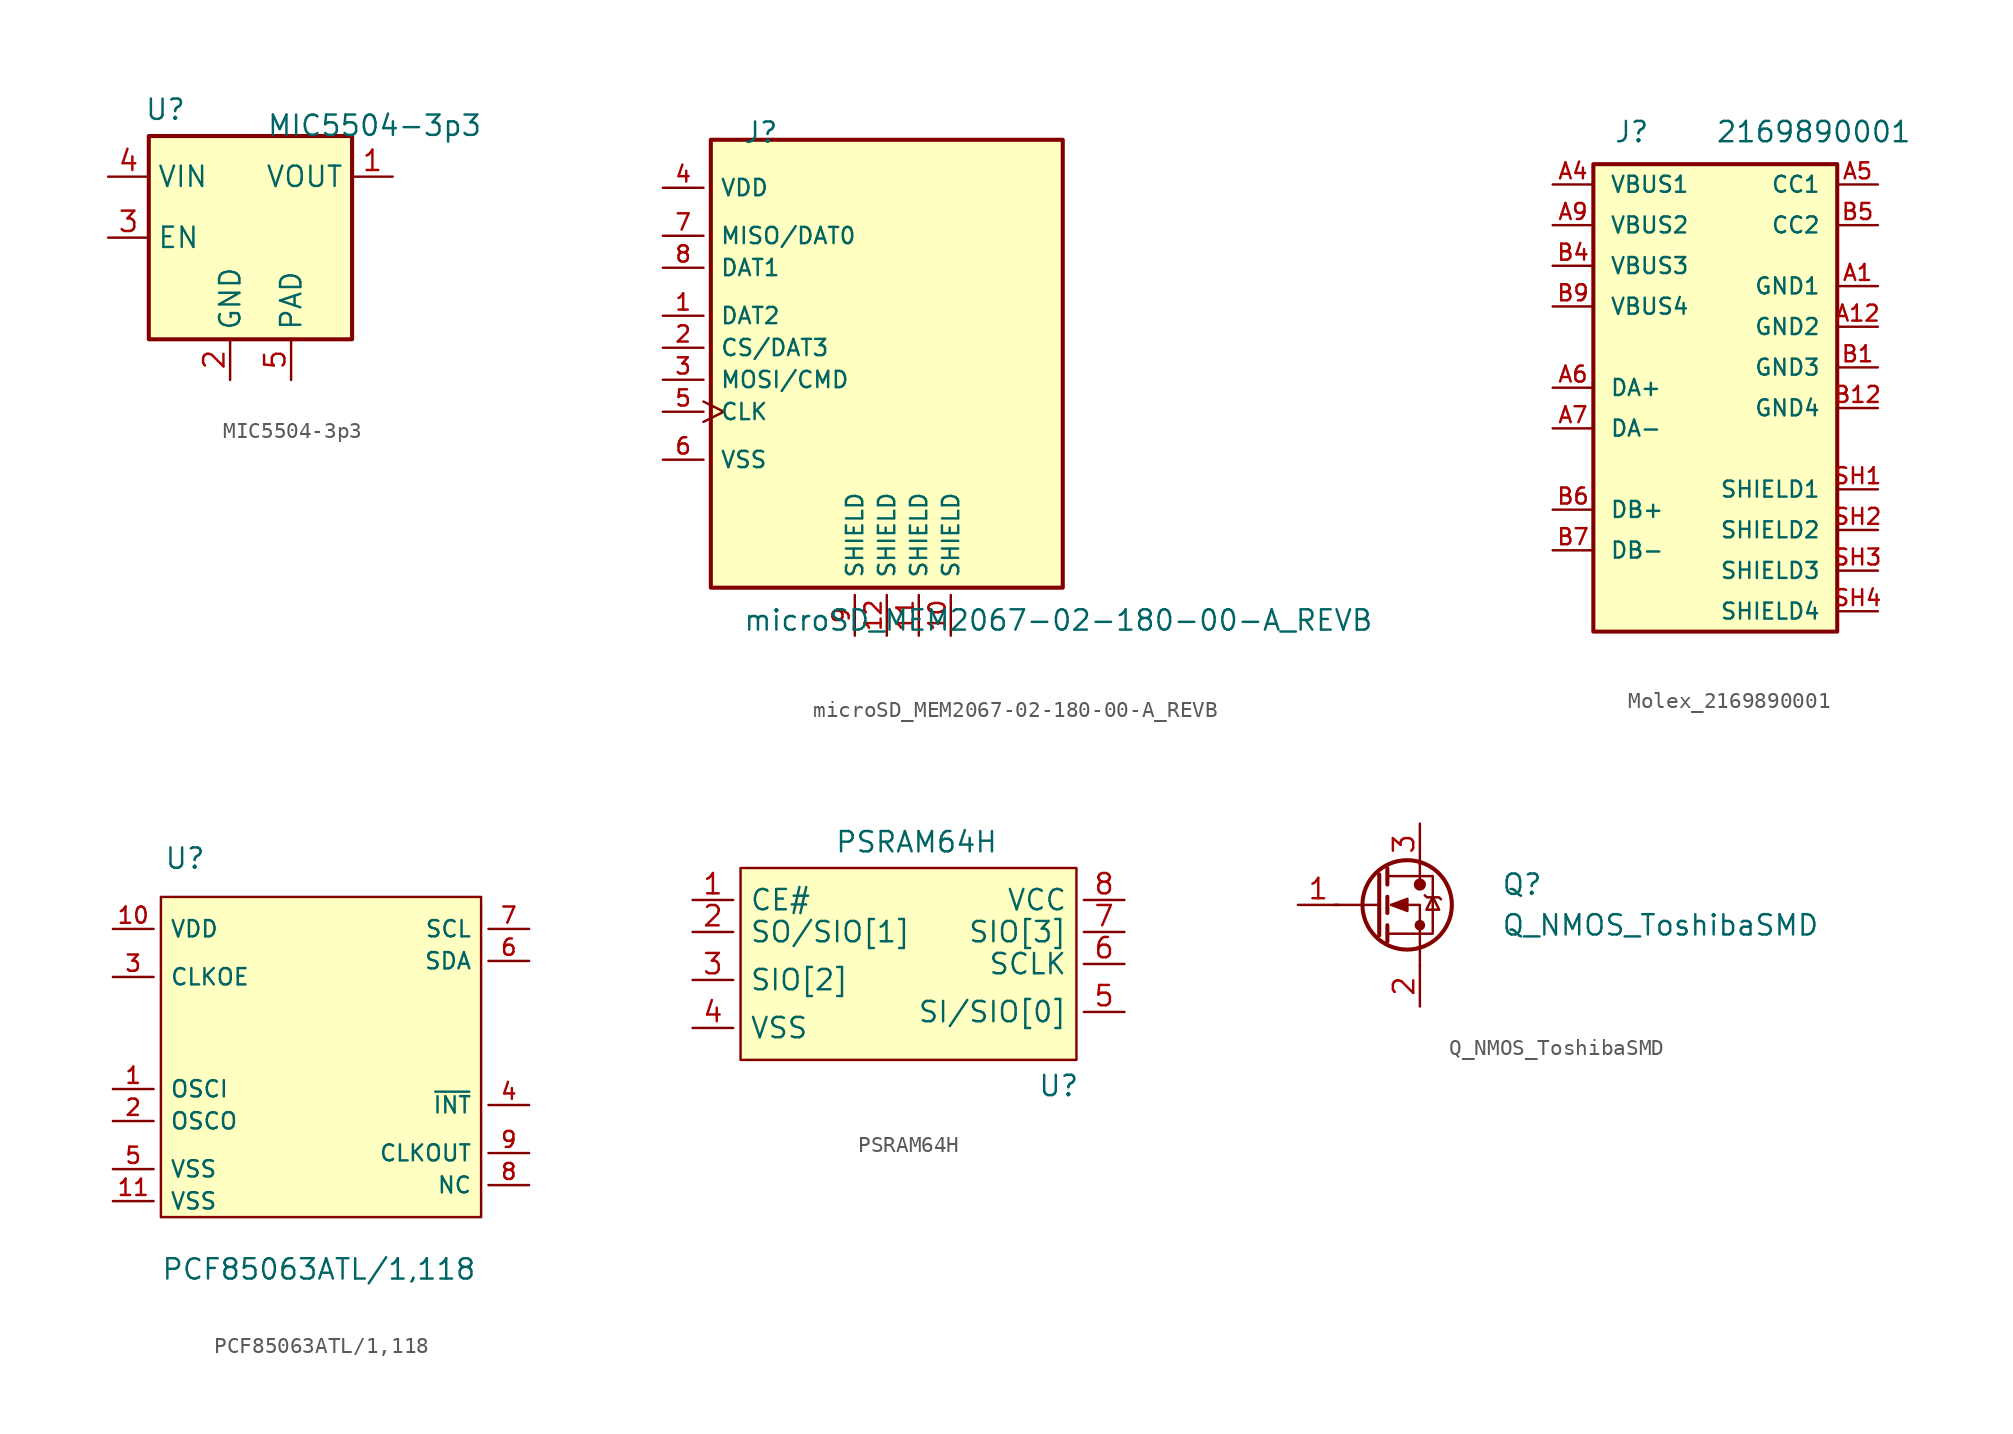
<source format=kicad_sym>
(kicad_symbol_lib
  (version 20220914)
  (generator kicad_symbol_editor)
  (symbol "MIC5504-3p3"
    (property "Reference" "U"
      (at -4 8 0)
      (effects (font (size 1.27 1.27)) (justify right)))
    (property "Value" "MIC5504-3p3"
      (at 1 7 0)
      (effects (font (size 1.27 1.27)) (justify left)))
    (symbol "MIC5504-3p3_0_1"
      (rectangle (start -6.35 6.35) (end 6.35 -6.35) (stroke (width 0.254) (type default)) (fill (type background))))
    (symbol "MIC5504-3p3_1_1"
      (pin power_in line (at 8.89 3.81 180) (length 2.54) (name "VOUT" (effects (font (size 1.27 1.27)))) (number "1" (effects (font (size 1.27 1.27)))))
      (pin power_in line (at -1.27 -8.89 90) (length 2.54) (name "GND" (effects (font (size 1.27 1.27)))) (number "2" (effects (font (size 1.27 1.27)))))
      (pin input line (at -8.89 0 0) (length 2.54) (name "EN" (effects (font (size 1.27 1.27)))) (number "3" (effects (font (size 1.27 1.27)))))
      (pin power_in line (at -8.89 3.81 0) (length 2.54) (name "VIN" (effects (font (size 1.27 1.27)))) (number "4" (effects (font (size 1.27 1.27)))))
      (pin input line (at 2.54 -8.89 90) (length 2.54) (name "PAD" (effects (font (size 1.27 1.27)))) (number "5" (effects (font (size 1.27 1.27)))))))
  (symbol "microSD_MEM2067-02-180-00-A_REVB"
    (pin_names
      (offset 1.016))
    (property "Reference" "J"
      (at 0 12.712 0)
      (effects (font (size 1.27 1.27)) (justify left bottom)))
    (property "Value" "microSD_MEM2067-02-180-00-A_REVB"
      (at 0 -17.783 0)
      (effects (font (size 1.27 1.27)) (justify left bottom)))
    (symbol "microSD_MEM2067-02-180-00-A_REVB_0_0"
      (rectangle (start -2 13) (end 20 -15) (stroke (width 0.254) (type default)) (fill (type background)))
      (pin bidirectional line (at -5 2 0) (length 2.54) (name "DAT2" (effects (font (size 1.016 1.016)))) (number "1" (effects (font (size 1.016 1.016)))))
      (pin passive line (at 13 -18 90) (length 2.54) (name "SHIELD" (effects (font (size 1.016 1.016)))) (number "10" (effects (font (size 1.016 1.016)))))
      (pin passive line (at 11 -18 90) (length 2.54) (name "SHIELD" (effects (font (size 1.016 1.016)))) (number "11" (effects (font (size 1.016 1.016)))))
      (pin passive line (at 9 -18 90) (length 2.54) (name "SHIELD" (effects (font (size 1.016 1.016)))) (number "12" (effects (font (size 1.016 1.016)))))
      (pin bidirectional line (at -5 0 0) (length 2.54) (name "CS/DAT3" (effects (font (size 1.016 1.016)))) (number "2" (effects (font (size 1.016 1.016)))))
      (pin bidirectional line (at -5 -2 0) (length 2.54) (name "MOSI/CMD" (effects (font (size 1.016 1.016)))) (number "3" (effects (font (size 1.016 1.016)))))
      (pin power_in line (at -5 10 0) (length 2.54) (name "VDD" (effects (font (size 1.016 1.016)))) (number "4" (effects (font (size 1.016 1.016)))))
      (pin bidirectional clock (at -5 -4 0) (length 2.54) (name "CLK" (effects (font (size 1.016 1.016)))) (number "5" (effects (font (size 1.016 1.016)))))
      (pin power_in line (at -5 -7 0) (length 2.54) (name "VSS" (effects (font (size 1.016 1.016)))) (number "6" (effects (font (size 1.016 1.016)))))
      (pin bidirectional line (at -5 7 0) (length 2.54) (name "MISO/DAT0" (effects (font (size 1.016 1.016)))) (number "7" (effects (font (size 1.016 1.016)))))
      (pin bidirectional line (at -5 5 0) (length 2.54) (name "DAT1" (effects (font (size 1.016 1.016)))) (number "8" (effects (font (size 1.016 1.016)))))
      (pin passive line (at 7 -18 90) (length 2.54) (name "SHIELD" (effects (font (size 1.016 1.016)))) (number "9" (effects (font (size 1.016 1.016)))))))
  (symbol "Molex_2169890001"
    (pin_names
      (offset 1.016))
    (property "Reference" "J"
      (at -6.35 17.78 0)
      (effects (font (size 1.27 1.27)) (justify left bottom)))
    (property "Value" "2169890001"
      (at 0 17.78 0)
      (effects (font (size 1.27 1.27)) (justify left bottom)))
    (symbol "Molex_2169890001_0_0"
      (rectangle (start -7.62 16.51) (end 7.62 -12.7) (stroke (width 0.254) (type default)) (fill (type background))))
    (symbol "Molex_2169890001_1_0"
      (pin power_in line (at 10.16 8.89 180) (length 2.54) (name "GND1" (effects (font (size 1 1)))) (number "A1" (effects (font (size 1 1)))))
      (pin power_in line (at 10.16 6.35 180) (length 2.54) (name "GND2" (effects (font (size 1 1)))) (number "A12" (effects (font (size 1 1)))))
      (pin power_in line (at -10.16 15.24 0) (length 2.54) (name "VBUS1" (effects (font (size 1 1)))) (number "A4" (effects (font (size 1 1)))))
      (pin bidirectional line (at 10.16 15.24 180) (length 2.54) (name "CC1" (effects (font (size 1 1)))) (number "A5" (effects (font (size 1 1)))))
      (pin bidirectional line (at -10.16 2.54 0) (length 2.54) (name "DA+" (effects (font (size 1 1)))) (number "A6" (effects (font (size 1 1)))))
      (pin bidirectional line (at -10.16 0 0) (length 2.54) (name "DA-" (effects (font (size 1 1)))) (number "A7" (effects (font (size 1 1)))))
      (pin power_in line (at -10.16 12.7 0) (length 2.54) (name "VBUS2" (effects (font (size 1 1)))) (number "A9" (effects (font (size 1 1)))))
      (pin power_in line (at 10.16 3.81 180) (length 2.54) (name "GND3" (effects (font (size 1 1)))) (number "B1" (effects (font (size 1 1)))))
      (pin power_in line (at 10.16 1.27 180) (length 2.54) (name "GND4" (effects (font (size 1 1)))) (number "B12" (effects (font (size 1 1)))))
      (pin power_in line (at -10.16 10.16 0) (length 2.54) (name "VBUS3" (effects (font (size 1 1)))) (number "B4" (effects (font (size 1 1)))))
      (pin bidirectional line (at 10.16 12.7 180) (length 2.54) (name "CC2" (effects (font (size 1 1)))) (number "B5" (effects (font (size 1 1)))))
      (pin bidirectional line (at -10.16 -5.08 0) (length 2.54) (name "DB+" (effects (font (size 1 1)))) (number "B6" (effects (font (size 1 1)))))
      (pin bidirectional line (at -10.16 -7.62 0) (length 2.54) (name "DB-" (effects (font (size 1 1)))) (number "B7" (effects (font (size 1 1)))))
      (pin power_in line (at -10.16 7.62 0) (length 2.54) (name "VBUS4" (effects (font (size 1 1)))) (number "B9" (effects (font (size 1 1)))))
      (pin passive line (at 10.16 -3.81 180) (length 2.54) (name "SHIELD1" (effects (font (size 1 1)))) (number "SH1" (effects (font (size 1 1)))))
      (pin passive line (at 10.16 -6.35 180) (length 2.54) (name "SHIELD2" (effects (font (size 1 1)))) (number "SH2" (effects (font (size 1 1)))))
      (pin passive line (at 10.16 -8.89 180) (length 2.54) (name "SHIELD3" (effects (font (size 1 1)))) (number "SH3" (effects (font (size 1 1)))))
      (pin passive line (at 10.16 -11.43 180) (length 2.54) (name "SHIELD4" (effects (font (size 1 1)))) (number "SH4" (effects (font (size 1 1)))))))
  (symbol "PCF85063ATL/1,118"
    (pin_names
      (offset 1))
    (property "Reference" "U"
      (at -9.804 11.659 0)
      (effects (font (size 1.27 1.27)) (justify left bottom)))
    (property "Value" "PCF85063ATL{slash}1,118"
      (at -10 -14 0)
      (effects (font (size 1.27 1.27)) (justify left bottom)))
    (symbol "PCF85063ATL/1,118_0_0"
      (rectangle (start -10 10) (end 10 -10) (stroke (width 0.152) (type default)) (fill (type background)))
      (pin input line (at -13 -2 0) (length 2.54) (name "OSCI" (effects (font (size 1.016 1.016)))) (number "1" (effects (font (size 1.016 1.016)))))
      (pin power_in line (at -13 8 0) (length 2.54) (name "VDD" (effects (font (size 1.016 1.016)))) (number "10" (effects (font (size 1.016 1.016)))))
      (pin power_in line (at -13 -9 0) (length 2.54) (name "VSS" (effects (font (size 1.016 1.016)))) (number "11" (effects (font (size 1.016 1.016)))))
      (pin output line (at -13 -4 0) (length 2.54) (name "OSCO" (effects (font (size 1.016 1.016)))) (number "2" (effects (font (size 1.016 1.016)))))
      (pin input line (at -13 5 0) (length 2.54) (name "CLKOE" (effects (font (size 1.016 1.016)))) (number "3" (effects (font (size 1.016 1.016)))))
      (pin output line (at 13 -3 180) (length 2.54) (name "~{INT}" (effects (font (size 1.016 1.016)))) (number "4" (effects (font (size 1.016 1.016)))))
      (pin power_in line (at -13 -7 0) (length 2.54) (name "VSS" (effects (font (size 1.016 1.016)))) (number "5" (effects (font (size 1.016 1.016)))))
      (pin bidirectional line (at 13 6 180) (length 2.54) (name "SDA" (effects (font (size 1.016 1.016)))) (number "6" (effects (font (size 1.016 1.016)))))
      (pin input line (at 13 8 180) (length 2.54) (name "SCL" (effects (font (size 1.016 1.016)))) (number "7" (effects (font (size 1.016 1.016)))))
      (pin unspecified line (at 13 -8 180) (length 2.54) (name "NC" (effects (font (size 1 1)))) (number "8" (effects (font (size 1 1)))))
      (pin output line (at 13 -6 180) (length 2.54) (name "CLKOUT" (effects (font (size 1 1)))) (number "9" (effects (font (size 1 1)))))))
  (symbol "PSRAM64H"
    (pin_names
      (offset 1.016))
    (property "Reference" "U"
      (at 8.89 -7.62 0)
      (effects (font (size 1.27 1.27))))
    (property "Value" "PSRAM64H"
      (at 0 7.62 0)
      (effects (font (size 1.27 1.27))))
    (symbol "PSRAM64H_0_1"
      (rectangle (start -11 6) (end 10 -6) (stroke (width 0) (type default)) (fill (type background))))
    (symbol "PSRAM64H_1_1"
      (pin input line (at -14 4 0) (length 2.54) (name "CE#" (effects (font (size 1.27 1.27)))) (number "1" (effects (font (size 1.27 1.27)))))
      (pin input line (at -14 2 0) (length 2.54) (name "SO/SIO[1]" (effects (font (size 1.27 1.27)))) (number "2" (effects (font (size 1.27 1.27)))))
      (pin input line (at -14 -1 0) (length 2.54) (name "SIO[2]" (effects (font (size 1.27 1.27)))) (number "3" (effects (font (size 1.27 1.27)))))
      (pin input line (at -14 -4 0) (length 2.54) (name "VSS" (effects (font (size 1.27 1.27)))) (number "4" (effects (font (size 1.27 1.27)))))
      (pin input line (at 13 -3 180) (length 2.54) (name "SI/SIO[0]" (effects (font (size 1.27 1.27)))) (number "5" (effects (font (size 1.27 1.27)))))
      (pin input line (at 13 0 180) (length 2.54) (name "SCLK" (effects (font (size 1.27 1.27)))) (number "6" (effects (font (size 1.27 1.27)))))
      (pin input line (at 13 2 180) (length 2.54) (name "SIO[3]" (effects (font (size 1.27 1.27)))) (number "7" (effects (font (size 1.27 1.27)))))
      (pin input line (at 13 4 180) (length 2.54) (name "VCC" (effects (font (size 1.27 1.27)))) (number "8" (effects (font (size 1.27 1.27)))))))
  (symbol "Q_NMOS_ToshibaSMD"
    (pin_names
      (offset 0) hide)
    (property "Reference" "Q"
      (at 5.08 1.27 0)
      (effects (font (size 1.27 1.27)) (justify left)))
    (property "Value" "Q_NMOS_ToshibaSMD"
      (at 5.08 -1.27 0)
      (effects (font (size 1.27 1.27)) (justify left)))
    (symbol "Q_NMOS_ToshibaSMD_0_1"
      (circle (center -0.794 0) (radius 2.794) (stroke (width 0.254) (type default)) (fill (type none)))
      (circle (center 0 -1.27) (radius 0.254) (stroke (width 0) (type default)) (fill (type outline)))
      (polyline (pts (xy -2.54 0) (xy -5.334 0)) (stroke (width 0) (type default)) (fill (type none)))
      (polyline (pts (xy -2.54 1.905) (xy -2.54 -1.905)) (stroke (width 0.254) (type default)) (fill (type none)))
      (polyline (pts (xy -2.032 -1.27) (xy -2.032 -2.286)) (stroke (width 0.254) (type default)) (fill (type none)))
      (polyline (pts (xy -2.032 0.508) (xy -2.032 -0.508)) (stroke (width 0.254) (type default)) (fill (type none)))
      (polyline (pts (xy -2.032 2.286) (xy -2.032 1.27)) (stroke (width 0.254) (type default)) (fill (type none)))
      (polyline (pts (xy 0 2.54) (xy 0 1.54)) (stroke (width 0) (type default)) (fill (type none)))
      (polyline (pts (xy 0 -3.81) (xy 0 0) (xy -1.794 0)) (stroke (width 0) (type default)) (fill (type none)))
      (polyline (pts (xy -1.994 -1.8) (xy 0.806 -1.8) (xy 0.806 1.8) (xy -1.994 1.8)) (stroke (width 0) (type default)) (fill (type none)))
      (polyline (pts (xy -1.794 0) (xy -0.778 0.381) (xy -0.778 -0.381) (xy -1.794 0)) (stroke (width 0) (type default)) (fill (type outline)))
      (polyline (pts (xy 0.306 0.6) (xy 0.433 0.473) (xy 1.195 0.473) (xy 1.322 0.346)) (stroke (width 0) (type default)) (fill (type none)))
      (polyline (pts (xy 0.806 0.5) (xy 0.406 -0.3) (xy 1.206 -0.3) (xy 0.806 0.5)) (stroke (width 0) (type default)) (fill (type none)))
      (circle (center 0 1.27) (radius 0.303) (stroke (width 0) (type default)) (fill (type outline))))
    (symbol "Q_NMOS_ToshibaSMD_1_1"
      (pin input line (at -7.62 0 0) (length 2.54) (name "G" (effects (font (size 1.27 1.27)))) (number "1" (effects (font (size 1.27 1.27)))))
      (pin passive line (at 0 -6.35 90) (length 2.54) (name "S" (effects (font (size 1.27 1.27)))) (number "2" (effects (font (size 1.27 1.27)))))
      (pin passive line (at 0 5.08 270) (length 2.54) (name "D" (effects (font (size 1.27 1.27)))) (number "3" (effects (font (size 1.27 1.27))))))))
</source>
